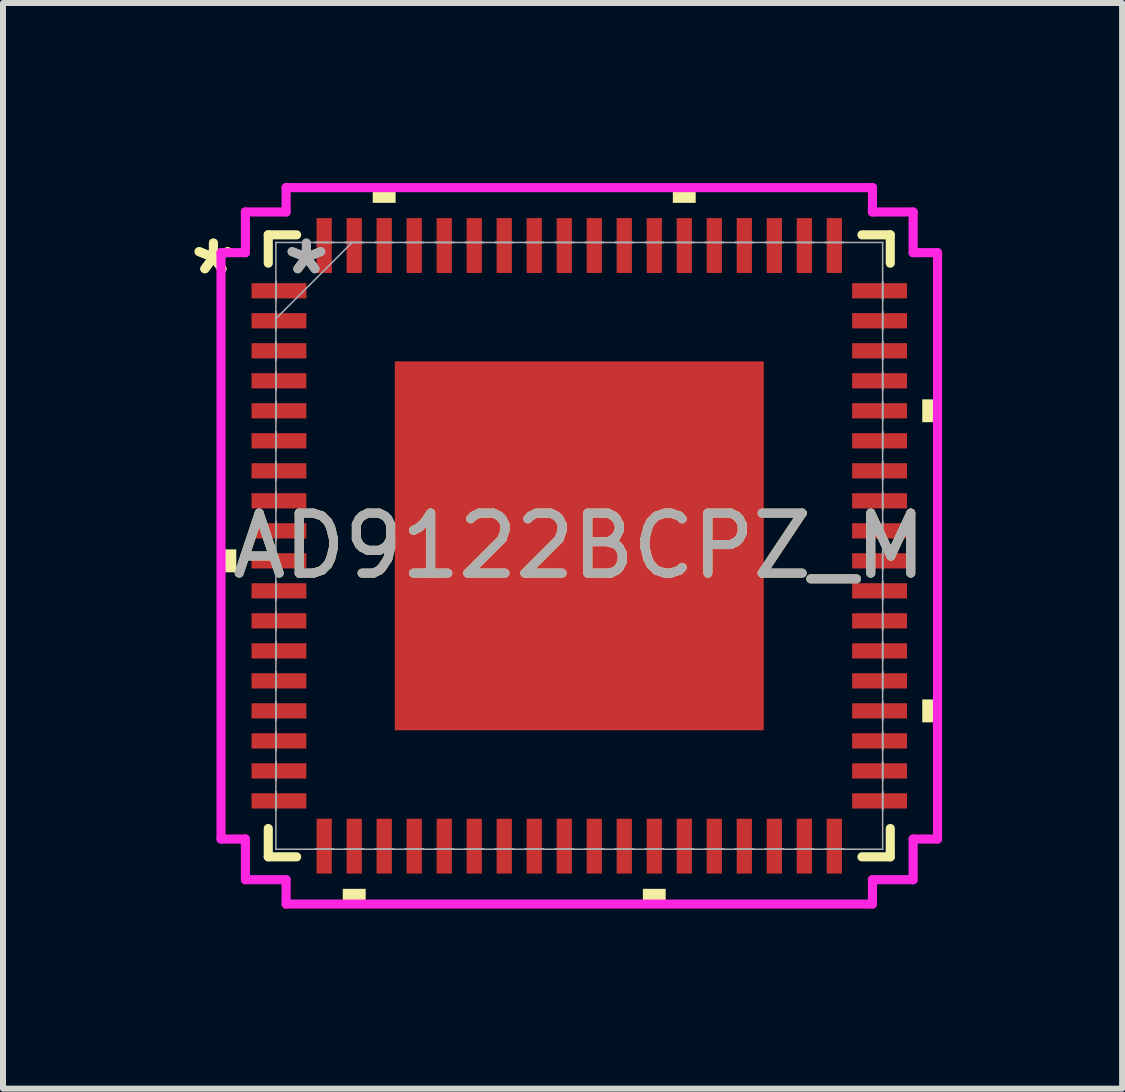
<source format=kicad_pcb>
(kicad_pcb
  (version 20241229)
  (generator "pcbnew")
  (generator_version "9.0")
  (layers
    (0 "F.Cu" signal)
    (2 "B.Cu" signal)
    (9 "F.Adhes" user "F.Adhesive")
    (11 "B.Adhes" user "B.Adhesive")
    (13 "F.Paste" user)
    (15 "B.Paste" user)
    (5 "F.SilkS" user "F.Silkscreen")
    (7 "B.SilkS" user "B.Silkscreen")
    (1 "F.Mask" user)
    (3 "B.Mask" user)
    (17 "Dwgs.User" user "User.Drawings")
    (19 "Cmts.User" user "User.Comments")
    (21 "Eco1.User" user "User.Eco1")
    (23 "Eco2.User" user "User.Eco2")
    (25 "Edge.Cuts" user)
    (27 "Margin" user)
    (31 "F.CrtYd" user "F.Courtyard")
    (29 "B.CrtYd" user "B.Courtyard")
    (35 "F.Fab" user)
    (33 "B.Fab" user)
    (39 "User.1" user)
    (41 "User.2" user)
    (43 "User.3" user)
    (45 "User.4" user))
  (footprint "AD9122BCPZ_M"
    (layer "F.Cu")
    (at 6.602 6.045)
    (property "Reference" "AD9122BCPZ_M" (at 0 0 0) (unlocked yes) (layer "F.SilkS") (effects (font (size 1 1) (thickness 0.15))))
    (attr smd)
    (fp_line (start -5.182 -5.182) (end -5.182 -4.71) (stroke (width 0.152) (type solid)) (layer "F.SilkS"))
    (fp_line (start -5.182 4.71) (end -5.182 5.182) (stroke (width 0.152) (type solid)) (layer "F.SilkS"))
    (fp_line (start -5.182 5.182) (end -4.71 5.182) (stroke (width 0.152) (type solid)) (layer "F.SilkS"))
    (fp_line (start -4.71 -5.182) (end -5.182 -5.182) (stroke (width 0.152) (type solid)) (layer "F.SilkS"))
    (fp_line (start 4.71 5.182) (end 5.182 5.182) (stroke (width 0.152) (type solid)) (layer "F.SilkS"))
    (fp_line (start 5.182 -5.182) (end 4.71 -5.182) (stroke (width 0.152) (type solid)) (layer "F.SilkS"))
    (fp_line (start 5.182 -4.71) (end 5.182 -5.182) (stroke (width 0.152) (type solid)) (layer "F.SilkS"))
    (fp_line (start 5.182 5.182) (end 5.182 4.71) (stroke (width 0.152) (type solid)) (layer "F.SilkS"))
    (fp_poly (pts (xy -5.969 0.059) (xy -5.969 0.441) (xy -5.715 0.441) (xy -5.715 0.059)) (stroke (width 0) (type solid)) (fill yes) (layer "F.SilkS"))
    (fp_poly (pts (xy -3.941 5.715) (xy -3.941 5.969) (xy -3.559 5.969) (xy -3.559 5.715)) (stroke (width 0) (type solid)) (fill yes) (layer "F.SilkS"))
    (fp_poly (pts (xy -3.441 -5.715) (xy -3.441 -5.969) (xy -3.06 -5.969) (xy -3.06 -5.715)) (stroke (width 0) (type solid)) (fill yes) (layer "F.SilkS"))
    (fp_poly (pts (xy 1.06 5.715) (xy 1.06 5.969) (xy 1.44 5.969) (xy 1.44 5.715)) (stroke (width 0) (type solid)) (fill yes) (layer "F.SilkS"))
    (fp_poly (pts (xy 1.559 -5.715) (xy 1.559 -5.969) (xy 1.94 -5.969) (xy 1.94 -5.715)) (stroke (width 0) (type solid)) (fill yes) (layer "F.SilkS"))
    (fp_poly (pts (xy 5.969 -2.441) (xy 5.969 -2.06) (xy 5.715 -2.06) (xy 5.715 -2.441)) (stroke (width 0) (type solid)) (fill yes) (layer "F.SilkS"))
    (fp_poly (pts (xy 5.969 2.559) (xy 5.969 2.941) (xy 5.715 2.941) (xy 5.715 2.559)) (stroke (width 0) (type solid)) (fill yes) (layer "F.SilkS"))
    (fp_poly (pts (xy -2.973 -2.973) (xy -2.973 -1.637) (xy -1.637 -1.637) (xy -1.637 -2.973)) (stroke (width 0) (type solid)) (fill yes) (layer "F.Paste"))
    (fp_poly (pts (xy -2.973 -1.437) (xy -2.973 -0.1) (xy -1.637 -0.1) (xy -1.637 -1.437)) (stroke (width 0) (type solid)) (fill yes) (layer "F.Paste"))
    (fp_poly (pts (xy -2.973 0.1) (xy -2.973 1.437) (xy -1.637 1.437) (xy -1.637 0.1)) (stroke (width 0) (type solid)) (fill yes) (layer "F.Paste"))
    (fp_poly (pts (xy -2.973 1.637) (xy -2.973 2.973) (xy -1.637 2.973) (xy -1.637 1.637)) (stroke (width 0) (type solid)) (fill yes) (layer "F.Paste"))
    (fp_poly (pts (xy -1.437 -2.973) (xy -1.437 -1.637) (xy -0.1 -1.637) (xy -0.1 -2.973)) (stroke (width 0) (type solid)) (fill yes) (layer "F.Paste"))
    (fp_poly (pts (xy -1.437 -1.437) (xy -1.437 -0.1) (xy -0.1 -0.1) (xy -0.1 -1.437)) (stroke (width 0) (type solid)) (fill yes) (layer "F.Paste"))
    (fp_poly (pts (xy -1.437 0.1) (xy -1.437 1.437) (xy -0.1 1.437) (xy -0.1 0.1)) (stroke (width 0) (type solid)) (fill yes) (layer "F.Paste"))
    (fp_poly (pts (xy -1.437 1.637) (xy -1.437 2.973) (xy -0.1 2.973) (xy -0.1 1.637)) (stroke (width 0) (type solid)) (fill yes) (layer "F.Paste"))
    (fp_poly (pts (xy 0.1 -2.973) (xy 0.1 -1.637) (xy 1.437 -1.637) (xy 1.437 -2.973)) (stroke (width 0) (type solid)) (fill yes) (layer "F.Paste"))
    (fp_poly (pts (xy 0.1 -1.437) (xy 0.1 -0.1) (xy 1.437 -0.1) (xy 1.437 -1.437)) (stroke (width 0) (type solid)) (fill yes) (layer "F.Paste"))
    (fp_poly (pts (xy 0.1 0.1) (xy 0.1 1.437) (xy 1.437 1.437) (xy 1.437 0.1)) (stroke (width 0) (type solid)) (fill yes) (layer "F.Paste"))
    (fp_poly (pts (xy 0.1 1.637) (xy 0.1 2.973) (xy 1.437 2.973) (xy 1.437 1.637)) (stroke (width 0) (type solid)) (fill yes) (layer "F.Paste"))
    (fp_poly (pts (xy 1.637 -2.973) (xy 1.637 -1.637) (xy 2.973 -1.637) (xy 2.973 -2.973)) (stroke (width 0) (type solid)) (fill yes) (layer "F.Paste"))
    (fp_poly (pts (xy 1.637 -1.437) (xy 1.637 -0.1) (xy 2.973 -0.1) (xy 2.973 -1.437)) (stroke (width 0) (type solid)) (fill yes) (layer "F.Paste"))
    (fp_poly (pts (xy 1.637 0.1) (xy 1.637 1.437) (xy 2.973 1.437) (xy 2.973 0.1)) (stroke (width 0) (type solid)) (fill yes) (layer "F.Paste"))
    (fp_poly (pts (xy 1.637 1.637) (xy 1.637 2.973) (xy 2.973 2.973) (xy 2.973 1.637)) (stroke (width 0) (type solid)) (fill yes) (layer "F.Paste"))
    (fp_line (start -5.969 -4.885) (end -5.563 -4.885) (stroke (width 0.152) (type solid)) (layer "F.CrtYd"))
    (fp_line (start -5.969 4.885) (end -5.969 -4.885) (stroke (width 0.152) (type solid)) (layer "F.CrtYd"))
    (fp_line (start -5.563 -5.563) (end -4.885 -5.563) (stroke (width 0.152) (type solid)) (layer "F.CrtYd"))
    (fp_line (start -5.563 -4.885) (end -5.563 -5.563) (stroke (width 0.152) (type solid)) (layer "F.CrtYd"))
    (fp_line (start -5.563 4.885) (end -5.969 4.885) (stroke (width 0.152) (type solid)) (layer "F.CrtYd"))
    (fp_line (start -5.563 5.563) (end -5.563 4.885) (stroke (width 0.152) (type solid)) (layer "F.CrtYd"))
    (fp_line (start -4.885 -5.969) (end 4.885 -5.969) (stroke (width 0.152) (type solid)) (layer "F.CrtYd"))
    (fp_line (start -4.885 -5.563) (end -4.885 -5.969) (stroke (width 0.152) (type solid)) (layer "F.CrtYd"))
    (fp_line (start -4.885 5.563) (end -5.563 5.563) (stroke (width 0.152) (type solid)) (layer "F.CrtYd"))
    (fp_line (start -4.885 5.969) (end -4.885 5.563) (stroke (width 0.152) (type solid)) (layer "F.CrtYd"))
    (fp_line (start 4.885 -5.969) (end 4.885 -5.563) (stroke (width 0.152) (type solid)) (layer "F.CrtYd"))
    (fp_line (start 4.885 -5.563) (end 5.563 -5.563) (stroke (width 0.152) (type solid)) (layer "F.CrtYd"))
    (fp_line (start 4.885 5.563) (end 4.885 5.969) (stroke (width 0.152) (type solid)) (layer "F.CrtYd"))
    (fp_line (start 4.885 5.969) (end -4.885 5.969) (stroke (width 0.152) (type solid)) (layer "F.CrtYd"))
    (fp_line (start 5.563 -5.563) (end 5.563 -4.885) (stroke (width 0.152) (type solid)) (layer "F.CrtYd"))
    (fp_line (start 5.563 -4.885) (end 5.969 -4.885) (stroke (width 0.152) (type solid)) (layer "F.CrtYd"))
    (fp_line (start 5.563 4.885) (end 5.563 5.563) (stroke (width 0.152) (type solid)) (layer "F.CrtYd"))
    (fp_line (start 5.563 5.563) (end 4.885 5.563) (stroke (width 0.152) (type solid)) (layer "F.CrtYd"))
    (fp_line (start 5.969 -4.885) (end 5.969 4.885) (stroke (width 0.152) (type solid)) (layer "F.CrtYd"))
    (fp_line (start 5.969 4.885) (end 5.563 4.885) (stroke (width 0.152) (type solid)) (layer "F.CrtYd"))
    (fp_line (start -5.055 -5.055) (end -5.055 -5.055) (stroke (width 0.025) (type solid)) (layer "F.Fab"))
    (fp_line (start -5.055 -5.055) (end -5.055 5.055) (stroke (width 0.025) (type solid)) (layer "F.Fab"))
    (fp_line (start -5.055 -4.402) (end -5.055 -4.402) (stroke (width 0.025) (type solid)) (layer "F.Fab"))
    (fp_line (start -5.055 -4.402) (end -5.055 -4.098) (stroke (width 0.025) (type solid)) (layer "F.Fab"))
    (fp_line (start -5.055 -4.098) (end -5.055 -4.402) (stroke (width 0.025) (type solid)) (layer "F.Fab"))
    (fp_line (start -5.055 -4.098) (end -5.055 -4.098) (stroke (width 0.025) (type solid)) (layer "F.Fab"))
    (fp_line (start -5.055 -3.902) (end -5.055 -3.902) (stroke (width 0.025) (type solid)) (layer "F.Fab"))
    (fp_line (start -5.055 -3.902) (end -5.055 -3.598) (stroke (width 0.025) (type solid)) (layer "F.Fab"))
    (fp_line (start -5.055 -3.785) (end -3.785 -5.055) (stroke (width 0.025) (type solid)) (layer "F.Fab"))
    (fp_line (start -5.055 -3.598) (end -5.055 -3.902) (stroke (width 0.025) (type solid)) (layer "F.Fab"))
    (fp_line (start -5.055 -3.598) (end -5.055 -3.598) (stroke (width 0.025) (type solid)) (layer "F.Fab"))
    (fp_line (start -5.055 -3.402) (end -5.055 -3.402) (stroke (width 0.025) (type solid)) (layer "F.Fab"))
    (fp_line (start -5.055 -3.402) (end -5.055 -3.098) (stroke (width 0.025) (type solid)) (layer "F.Fab"))
    (fp_line (start -5.055 -3.098) (end -5.055 -3.402) (stroke (width 0.025) (type solid)) (layer "F.Fab"))
    (fp_line (start -5.055 -3.098) (end -5.055 -3.098) (stroke (width 0.025) (type solid)) (layer "F.Fab"))
    (fp_line (start -5.055 -2.902) (end -5.055 -2.902) (stroke (width 0.025) (type solid)) (layer "F.Fab"))
    (fp_line (start -5.055 -2.902) (end -5.055 -2.598) (stroke (width 0.025) (type solid)) (layer "F.Fab"))
    (fp_line (start -5.055 -2.598) (end -5.055 -2.902) (stroke (width 0.025) (type solid)) (layer "F.Fab"))
    (fp_line (start -5.055 -2.598) (end -5.055 -2.598) (stroke (width 0.025) (type solid)) (layer "F.Fab"))
    (fp_line (start -5.055 -2.402) (end -5.055 -2.402) (stroke (width 0.025) (type solid)) (layer "F.Fab"))
    (fp_line (start -5.055 -2.402) (end -5.055 -2.098) (stroke (width 0.025) (type solid)) (layer "F.Fab"))
    (fp_line (start -5.055 -2.098) (end -5.055 -2.402) (stroke (width 0.025) (type solid)) (layer "F.Fab"))
    (fp_line (start -5.055 -2.098) (end -5.055 -2.098) (stroke (width 0.025) (type solid)) (layer "F.Fab"))
    (fp_line (start -5.055 -1.902) (end -5.055 -1.902) (stroke (width 0.025) (type solid)) (layer "F.Fab"))
    (fp_line (start -5.055 -1.902) (end -5.055 -1.598) (stroke (width 0.025) (type solid)) (layer "F.Fab"))
    (fp_line (start -5.055 -1.598) (end -5.055 -1.902) (stroke (width 0.025) (type solid)) (layer "F.Fab"))
    (fp_line (start -5.055 -1.598) (end -5.055 -1.598) (stroke (width 0.025) (type solid)) (layer "F.Fab"))
    (fp_line (start -5.055 -1.402) (end -5.055 -1.402) (stroke (width 0.025) (type solid)) (layer "F.Fab"))
    (fp_line (start -5.055 -1.402) (end -5.055 -1.098) (stroke (width 0.025) (type solid)) (layer "F.Fab"))
    (fp_line (start -5.055 -1.098) (end -5.055 -1.402) (stroke (width 0.025) (type solid)) (layer "F.Fab"))
    (fp_line (start -5.055 -1.098) (end -5.055 -1.098) (stroke (width 0.025) (type solid)) (layer "F.Fab"))
    (fp_line (start -5.055 -0.902) (end -5.055 -0.902) (stroke (width 0.025) (type solid)) (layer "F.Fab"))
    (fp_line (start -5.055 -0.902) (end -5.055 -0.598) (stroke (width 0.025) (type solid)) (layer "F.Fab"))
    (fp_line (start -5.055 -0.598) (end -5.055 -0.902) (stroke (width 0.025) (type solid)) (layer "F.Fab"))
    (fp_line (start -5.055 -0.598) (end -5.055 -0.598) (stroke (width 0.025) (type solid)) (layer "F.Fab"))
    (fp_line (start -5.055 -0.402) (end -5.055 -0.402) (stroke (width 0.025) (type solid)) (layer "F.Fab"))
    (fp_line (start -5.055 -0.402) (end -5.055 -0.098) (stroke (width 0.025) (type solid)) (layer "F.Fab"))
    (fp_line (start -5.055 -0.098) (end -5.055 -0.402) (stroke (width 0.025) (type solid)) (layer "F.Fab"))
    (fp_line (start -5.055 -0.098) (end -5.055 -0.098) (stroke (width 0.025) (type solid)) (layer "F.Fab"))
    (fp_line (start -5.055 0.098) (end -5.055 0.098) (stroke (width 0.025) (type solid)) (layer "F.Fab"))
    (fp_line (start -5.055 0.098) (end -5.055 0.402) (stroke (width 0.025) (type solid)) (layer "F.Fab"))
    (fp_line (start -5.055 0.402) (end -5.055 0.098) (stroke (width 0.025) (type solid)) (layer "F.Fab"))
    (fp_line (start -5.055 0.402) (end -5.055 0.402) (stroke (width 0.025) (type solid)) (layer "F.Fab"))
    (fp_line (start -5.055 0.598) (end -5.055 0.598) (stroke (width 0.025) (type solid)) (layer "F.Fab"))
    (fp_line (start -5.055 0.598) (end -5.055 0.902) (stroke (width 0.025) (type solid)) (layer "F.Fab"))
    (fp_line (start -5.055 0.902) (end -5.055 0.598) (stroke (width 0.025) (type solid)) (layer "F.Fab"))
    (fp_line (start -5.055 0.902) (end -5.055 0.902) (stroke (width 0.025) (type solid)) (layer "F.Fab"))
    (fp_line (start -5.055 1.098) (end -5.055 1.098) (stroke (width 0.025) (type solid)) (layer "F.Fab"))
    (fp_line (start -5.055 1.098) (end -5.055 1.402) (stroke (width 0.025) (type solid)) (layer "F.Fab"))
    (fp_line (start -5.055 1.402) (end -5.055 1.098) (stroke (width 0.025) (type solid)) (layer "F.Fab"))
    (fp_line (start -5.055 1.402) (end -5.055 1.402) (stroke (width 0.025) (type solid)) (layer "F.Fab"))
    (fp_line (start -5.055 1.598) (end -5.055 1.598) (stroke (width 0.025) (type solid)) (layer "F.Fab"))
    (fp_line (start -5.055 1.598) (end -5.055 1.902) (stroke (width 0.025) (type solid)) (layer "F.Fab"))
    (fp_line (start -5.055 1.902) (end -5.055 1.598) (stroke (width 0.025) (type solid)) (layer "F.Fab"))
    (fp_line (start -5.055 1.902) (end -5.055 1.902) (stroke (width 0.025) (type solid)) (layer "F.Fab"))
    (fp_line (start -5.055 2.098) (end -5.055 2.098) (stroke (width 0.025) (type solid)) (layer "F.Fab"))
    (fp_line (start -5.055 2.098) (end -5.055 2.402) (stroke (width 0.025) (type solid)) (layer "F.Fab"))
    (fp_line (start -5.055 2.402) (end -5.055 2.098) (stroke (width 0.025) (type solid)) (layer "F.Fab"))
    (fp_line (start -5.055 2.402) (end -5.055 2.402) (stroke (width 0.025) (type solid)) (layer "F.Fab"))
    (fp_line (start -5.055 2.598) (end -5.055 2.598) (stroke (width 0.025) (type solid)) (layer "F.Fab"))
    (fp_line (start -5.055 2.598) (end -5.055 2.902) (stroke (width 0.025) (type solid)) (layer "F.Fab"))
    (fp_line (start -5.055 2.902) (end -5.055 2.598) (stroke (width 0.025) (type solid)) (layer "F.Fab"))
    (fp_line (start -5.055 2.902) (end -5.055 2.902) (stroke (width 0.025) (type solid)) (layer "F.Fab"))
    (fp_line (start -5.055 3.098) (end -5.055 3.098) (stroke (width 0.025) (type solid)) (layer "F.Fab"))
    (fp_line (start -5.055 3.098) (end -5.055 3.402) (stroke (width 0.025) (type solid)) (layer "F.Fab"))
    (fp_line (start -5.055 3.402) (end -5.055 3.098) (stroke (width 0.025) (type solid)) (layer "F.Fab"))
    (fp_line (start -5.055 3.402) (end -5.055 3.402) (stroke (width 0.025) (type solid)) (layer "F.Fab"))
    (fp_line (start -5.055 3.598) (end -5.055 3.598) (stroke (width 0.025) (type solid)) (layer "F.Fab"))
    (fp_line (start -5.055 3.598) (end -5.055 3.902) (stroke (width 0.025) (type solid)) (layer "F.Fab"))
    (fp_line (start -5.055 3.902) (end -5.055 3.598) (stroke (width 0.025) (type solid)) (layer "F.Fab"))
    (fp_line (start -5.055 3.902) (end -5.055 3.902) (stroke (width 0.025) (type solid)) (layer "F.Fab"))
    (fp_line (start -5.055 4.098) (end -5.055 4.098) (stroke (width 0.025) (type solid)) (layer "F.Fab"))
    (fp_line (start -5.055 4.098) (end -5.055 4.402) (stroke (width 0.025) (type solid)) (layer "F.Fab"))
    (fp_line (start -5.055 4.402) (end -5.055 4.098) (stroke (width 0.025) (type solid)) (layer "F.Fab"))
    (fp_line (start -5.055 4.402) (end -5.055 4.402) (stroke (width 0.025) (type solid)) (layer "F.Fab"))
    (fp_line (start -5.055 5.055) (end -5.055 5.055) (stroke (width 0.025) (type solid)) (layer "F.Fab"))
    (fp_line (start -5.055 5.055) (end 5.055 5.055) (stroke (width 0.025) (type solid)) (layer "F.Fab"))
    (fp_line (start -4.402 -5.055) (end -4.402 -5.055) (stroke (width 0.025) (type solid)) (layer "F.Fab"))
    (fp_line (start -4.402 -5.055) (end -4.098 -5.055) (stroke (width 0.025) (type solid)) (layer "F.Fab"))
    (fp_line (start -4.402 5.055) (end -4.402 5.055) (stroke (width 0.025) (type solid)) (layer "F.Fab"))
    (fp_line (start -4.402 5.055) (end -4.098 5.055) (stroke (width 0.025) (type solid)) (layer "F.Fab"))
    (fp_line (start -4.098 -5.055) (end -4.402 -5.055) (stroke (width 0.025) (type solid)) (layer "F.Fab"))
    (fp_line (start -4.098 -5.055) (end -4.098 -5.055) (stroke (width 0.025) (type solid)) (layer "F.Fab"))
    (fp_line (start -4.098 5.055) (end -4.402 5.055) (stroke (width 0.025) (type solid)) (layer "F.Fab"))
    (fp_line (start -4.098 5.055) (end -4.098 5.055) (stroke (width 0.025) (type solid)) (layer "F.Fab"))
    (fp_line (start -3.902 -5.055) (end -3.902 -5.055) (stroke (width 0.025) (type solid)) (layer "F.Fab"))
    (fp_line (start -3.902 -5.055) (end -3.598 -5.055) (stroke (width 0.025) (type solid)) (layer "F.Fab"))
    (fp_line (start -3.902 5.055) (end -3.902 5.055) (stroke (width 0.025) (type solid)) (layer "F.Fab"))
    (fp_line (start -3.902 5.055) (end -3.598 5.055) (stroke (width 0.025) (type solid)) (layer "F.Fab"))
    (fp_line (start -3.598 -5.055) (end -3.902 -5.055) (stroke (width 0.025) (type solid)) (layer "F.Fab"))
    (fp_line (start -3.598 -5.055) (end -3.598 -5.055) (stroke (width 0.025) (type solid)) (layer "F.Fab"))
    (fp_line (start -3.598 5.055) (end -3.902 5.055) (stroke (width 0.025) (type solid)) (layer "F.Fab"))
    (fp_line (start -3.598 5.055) (end -3.598 5.055) (stroke (width 0.025) (type solid)) (layer "F.Fab"))
    (fp_line (start -3.402 -5.055) (end -3.402 -5.055) (stroke (width 0.025) (type solid)) (layer "F.Fab"))
    (fp_line (start -3.402 -5.055) (end -3.098 -5.055) (stroke (width 0.025) (type solid)) (layer "F.Fab"))
    (fp_line (start -3.402 5.055) (end -3.402 5.055) (stroke (width 0.025) (type solid)) (layer "F.Fab"))
    (fp_line (start -3.402 5.055) (end -3.098 5.055) (stroke (width 0.025) (type solid)) (layer "F.Fab"))
    (fp_line (start -3.098 -5.055) (end -3.402 -5.055) (stroke (width 0.025) (type solid)) (layer "F.Fab"))
    (fp_line (start -3.098 -5.055) (end -3.098 -5.055) (stroke (width 0.025) (type solid)) (layer "F.Fab"))
    (fp_line (start -3.098 5.055) (end -3.402 5.055) (stroke (width 0.025) (type solid)) (layer "F.Fab"))
    (fp_line (start -3.098 5.055) (end -3.098 5.055) (stroke (width 0.025) (type solid)) (layer "F.Fab"))
    (fp_line (start -2.902 -5.055) (end -2.902 -5.055) (stroke (width 0.025) (type solid)) (layer "F.Fab"))
    (fp_line (start -2.902 -5.055) (end -2.598 -5.055) (stroke (width 0.025) (type solid)) (layer "F.Fab"))
    (fp_line (start -2.902 5.055) (end -2.902 5.055) (stroke (width 0.025) (type solid)) (layer "F.Fab"))
    (fp_line (start -2.902 5.055) (end -2.598 5.055) (stroke (width 0.025) (type solid)) (layer "F.Fab"))
    (fp_line (start -2.598 -5.055) (end -2.902 -5.055) (stroke (width 0.025) (type solid)) (layer "F.Fab"))
    (fp_line (start -2.598 -5.055) (end -2.598 -5.055) (stroke (width 0.025) (type solid)) (layer "F.Fab"))
    (fp_line (start -2.598 5.055) (end -2.902 5.055) (stroke (width 0.025) (type solid)) (layer "F.Fab"))
    (fp_line (start -2.598 5.055) (end -2.598 5.055) (stroke (width 0.025) (type solid)) (layer "F.Fab"))
    (fp_line (start -2.402 -5.055) (end -2.402 -5.055) (stroke (width 0.025) (type solid)) (layer "F.Fab"))
    (fp_line (start -2.402 -5.055) (end -2.098 -5.055) (stroke (width 0.025) (type solid)) (layer "F.Fab"))
    (fp_line (start -2.402 5.055) (end -2.402 5.055) (stroke (width 0.025) (type solid)) (layer "F.Fab"))
    (fp_line (start -2.402 5.055) (end -2.098 5.055) (stroke (width 0.025) (type solid)) (layer "F.Fab"))
    (fp_line (start -2.098 -5.055) (end -2.402 -5.055) (stroke (width 0.025) (type solid)) (layer "F.Fab"))
    (fp_line (start -2.098 -5.055) (end -2.098 -5.055) (stroke (width 0.025) (type solid)) (layer "F.Fab"))
    (fp_line (start -2.098 5.055) (end -2.402 5.055) (stroke (width 0.025) (type solid)) (layer "F.Fab"))
    (fp_line (start -2.098 5.055) (end -2.098 5.055) (stroke (width 0.025) (type solid)) (layer "F.Fab"))
    (fp_line (start -1.902 -5.055) (end -1.902 -5.055) (stroke (width 0.025) (type solid)) (layer "F.Fab"))
    (fp_line (start -1.902 -5.055) (end -1.598 -5.055) (stroke (width 0.025) (type solid)) (layer "F.Fab"))
    (fp_line (start -1.902 5.055) (end -1.902 5.055) (stroke (width 0.025) (type solid)) (layer "F.Fab"))
    (fp_line (start -1.902 5.055) (end -1.598 5.055) (stroke (width 0.025) (type solid)) (layer "F.Fab"))
    (fp_line (start -1.598 -5.055) (end -1.902 -5.055) (stroke (width 0.025) (type solid)) (layer "F.Fab"))
    (fp_line (start -1.598 -5.055) (end -1.598 -5.055) (stroke (width 0.025) (type solid)) (layer "F.Fab"))
    (fp_line (start -1.598 5.055) (end -1.902 5.055) (stroke (width 0.025) (type solid)) (layer "F.Fab"))
    (fp_line (start -1.598 5.055) (end -1.598 5.055) (stroke (width 0.025) (type solid)) (layer "F.Fab"))
    (fp_line (start -1.402 -5.055) (end -1.402 -5.055) (stroke (width 0.025) (type solid)) (layer "F.Fab"))
    (fp_line (start -1.402 -5.055) (end -1.098 -5.055) (stroke (width 0.025) (type solid)) (layer "F.Fab"))
    (fp_line (start -1.402 5.055) (end -1.402 5.055) (stroke (width 0.025) (type solid)) (layer "F.Fab"))
    (fp_line (start -1.402 5.055) (end -1.098 5.055) (stroke (width 0.025) (type solid)) (layer "F.Fab"))
    (fp_line (start -1.098 -5.055) (end -1.402 -5.055) (stroke (width 0.025) (type solid)) (layer "F.Fab"))
    (fp_line (start -1.098 -5.055) (end -1.098 -5.055) (stroke (width 0.025) (type solid)) (layer "F.Fab"))
    (fp_line (start -1.098 5.055) (end -1.402 5.055) (stroke (width 0.025) (type solid)) (layer "F.Fab"))
    (fp_line (start -1.098 5.055) (end -1.098 5.055) (stroke (width 0.025) (type solid)) (layer "F.Fab"))
    (fp_line (start -0.902 -5.055) (end -0.902 -5.055) (stroke (width 0.025) (type solid)) (layer "F.Fab"))
    (fp_line (start -0.902 -5.055) (end -0.598 -5.055) (stroke (width 0.025) (type solid)) (layer "F.Fab"))
    (fp_line (start -0.902 5.055) (end -0.902 5.055) (stroke (width 0.025) (type solid)) (layer "F.Fab"))
    (fp_line (start -0.902 5.055) (end -0.598 5.055) (stroke (width 0.025) (type solid)) (layer "F.Fab"))
    (fp_line (start -0.598 -5.055) (end -0.902 -5.055) (stroke (width 0.025) (type solid)) (layer "F.Fab"))
    (fp_line (start -0.598 -5.055) (end -0.598 -5.055) (stroke (width 0.025) (type solid)) (layer "F.Fab"))
    (fp_line (start -0.598 5.055) (end -0.902 5.055) (stroke (width 0.025) (type solid)) (layer "F.Fab"))
    (fp_line (start -0.598 5.055) (end -0.598 5.055) (stroke (width 0.025) (type solid)) (layer "F.Fab"))
    (fp_line (start -0.402 -5.055) (end -0.402 -5.055) (stroke (width 0.025) (type solid)) (layer "F.Fab"))
    (fp_line (start -0.402 -5.055) (end -0.098 -5.055) (stroke (width 0.025) (type solid)) (layer "F.Fab"))
    (fp_line (start -0.402 5.055) (end -0.402 5.055) (stroke (width 0.025) (type solid)) (layer "F.Fab"))
    (fp_line (start -0.402 5.055) (end -0.098 5.055) (stroke (width 0.025) (type solid)) (layer "F.Fab"))
    (fp_line (start -0.098 -5.055) (end -0.402 -5.055) (stroke (width 0.025) (type solid)) (layer "F.Fab"))
    (fp_line (start -0.098 -5.055) (end -0.098 -5.055) (stroke (width 0.025) (type solid)) (layer "F.Fab"))
    (fp_line (start -0.098 5.055) (end -0.402 5.055) (stroke (width 0.025) (type solid)) (layer "F.Fab"))
    (fp_line (start -0.098 5.055) (end -0.098 5.055) (stroke (width 0.025) (type solid)) (layer "F.Fab"))
    (fp_line (start 0.098 -5.055) (end 0.098 -5.055) (stroke (width 0.025) (type solid)) (layer "F.Fab"))
    (fp_line (start 0.098 -5.055) (end 0.402 -5.055) (stroke (width 0.025) (type solid)) (layer "F.Fab"))
    (fp_line (start 0.098 5.055) (end 0.098 5.055) (stroke (width 0.025) (type solid)) (layer "F.Fab"))
    (fp_line (start 0.098 5.055) (end 0.402 5.055) (stroke (width 0.025) (type solid)) (layer "F.Fab"))
    (fp_line (start 0.402 -5.055) (end 0.098 -5.055) (stroke (width 0.025) (type solid)) (layer "F.Fab"))
    (fp_line (start 0.402 -5.055) (end 0.402 -5.055) (stroke (width 0.025) (type solid)) (layer "F.Fab"))
    (fp_line (start 0.402 5.055) (end 0.098 5.055) (stroke (width 0.025) (type solid)) (layer "F.Fab"))
    (fp_line (start 0.402 5.055) (end 0.402 5.055) (stroke (width 0.025) (type solid)) (layer "F.Fab"))
    (fp_line (start 0.598 -5.055) (end 0.598 -5.055) (stroke (width 0.025) (type solid)) (layer "F.Fab"))
    (fp_line (start 0.598 -5.055) (end 0.902 -5.055) (stroke (width 0.025) (type solid)) (layer "F.Fab"))
    (fp_line (start 0.598 5.055) (end 0.598 5.055) (stroke (width 0.025) (type solid)) (layer "F.Fab"))
    (fp_line (start 0.598 5.055) (end 0.902 5.055) (stroke (width 0.025) (type solid)) (layer "F.Fab"))
    (fp_line (start 0.902 -5.055) (end 0.598 -5.055) (stroke (width 0.025) (type solid)) (layer "F.Fab"))
    (fp_line (start 0.902 -5.055) (end 0.902 -5.055) (stroke (width 0.025) (type solid)) (layer "F.Fab"))
    (fp_line (start 0.902 5.055) (end 0.598 5.055) (stroke (width 0.025) (type solid)) (layer "F.Fab"))
    (fp_line (start 0.902 5.055) (end 0.902 5.055) (stroke (width 0.025) (type solid)) (layer "F.Fab"))
    (fp_line (start 1.098 -5.055) (end 1.098 -5.055) (stroke (width 0.025) (type solid)) (layer "F.Fab"))
    (fp_line (start 1.098 -5.055) (end 1.402 -5.055) (stroke (width 0.025) (type solid)) (layer "F.Fab"))
    (fp_line (start 1.098 5.055) (end 1.098 5.055) (stroke (width 0.025) (type solid)) (layer "F.Fab"))
    (fp_line (start 1.098 5.055) (end 1.402 5.055) (stroke (width 0.025) (type solid)) (layer "F.Fab"))
    (fp_line (start 1.402 -5.055) (end 1.098 -5.055) (stroke (width 0.025) (type solid)) (layer "F.Fab"))
    (fp_line (start 1.402 -5.055) (end 1.402 -5.055) (stroke (width 0.025) (type solid)) (layer "F.Fab"))
    (fp_line (start 1.402 5.055) (end 1.098 5.055) (stroke (width 0.025) (type solid)) (layer "F.Fab"))
    (fp_line (start 1.402 5.055) (end 1.402 5.055) (stroke (width 0.025) (type solid)) (layer "F.Fab"))
    (fp_line (start 1.598 -5.055) (end 1.598 -5.055) (stroke (width 0.025) (type solid)) (layer "F.Fab"))
    (fp_line (start 1.598 -5.055) (end 1.902 -5.055) (stroke (width 0.025) (type solid)) (layer "F.Fab"))
    (fp_line (start 1.598 5.055) (end 1.598 5.055) (stroke (width 0.025) (type solid)) (layer "F.Fab"))
    (fp_line (start 1.598 5.055) (end 1.902 5.055) (stroke (width 0.025) (type solid)) (layer "F.Fab"))
    (fp_line (start 1.902 -5.055) (end 1.598 -5.055) (stroke (width 0.025) (type solid)) (layer "F.Fab"))
    (fp_line (start 1.902 -5.055) (end 1.902 -5.055) (stroke (width 0.025) (type solid)) (layer "F.Fab"))
    (fp_line (start 1.902 5.055) (end 1.598 5.055) (stroke (width 0.025) (type solid)) (layer "F.Fab"))
    (fp_line (start 1.902 5.055) (end 1.902 5.055) (stroke (width 0.025) (type solid)) (layer "F.Fab"))
    (fp_line (start 2.098 -5.055) (end 2.098 -5.055) (stroke (width 0.025) (type solid)) (layer "F.Fab"))
    (fp_line (start 2.098 -5.055) (end 2.402 -5.055) (stroke (width 0.025) (type solid)) (layer "F.Fab"))
    (fp_line (start 2.098 5.055) (end 2.098 5.055) (stroke (width 0.025) (type solid)) (layer "F.Fab"))
    (fp_line (start 2.098 5.055) (end 2.402 5.055) (stroke (width 0.025) (type solid)) (layer "F.Fab"))
    (fp_line (start 2.402 -5.055) (end 2.098 -5.055) (stroke (width 0.025) (type solid)) (layer "F.Fab"))
    (fp_line (start 2.402 -5.055) (end 2.402 -5.055) (stroke (width 0.025) (type solid)) (layer "F.Fab"))
    (fp_line (start 2.402 5.055) (end 2.098 5.055) (stroke (width 0.025) (type solid)) (layer "F.Fab"))
    (fp_line (start 2.402 5.055) (end 2.402 5.055) (stroke (width 0.025) (type solid)) (layer "F.Fab"))
    (fp_line (start 2.598 -5.055) (end 2.598 -5.055) (stroke (width 0.025) (type solid)) (layer "F.Fab"))
    (fp_line (start 2.598 -5.055) (end 2.902 -5.055) (stroke (width 0.025) (type solid)) (layer "F.Fab"))
    (fp_line (start 2.598 5.055) (end 2.598 5.055) (stroke (width 0.025) (type solid)) (layer "F.Fab"))
    (fp_line (start 2.598 5.055) (end 2.902 5.055) (stroke (width 0.025) (type solid)) (layer "F.Fab"))
    (fp_line (start 2.902 -5.055) (end 2.598 -5.055) (stroke (width 0.025) (type solid)) (layer "F.Fab"))
    (fp_line (start 2.902 -5.055) (end 2.902 -5.055) (stroke (width 0.025) (type solid)) (layer "F.Fab"))
    (fp_line (start 2.902 5.055) (end 2.598 5.055) (stroke (width 0.025) (type solid)) (layer "F.Fab"))
    (fp_line (start 2.902 5.055) (end 2.902 5.055) (stroke (width 0.025) (type solid)) (layer "F.Fab"))
    (fp_line (start 3.098 -5.055) (end 3.098 -5.055) (stroke (width 0.025) (type solid)) (layer "F.Fab"))
    (fp_line (start 3.098 -5.055) (end 3.402 -5.055) (stroke (width 0.025) (type solid)) (layer "F.Fab"))
    (fp_line (start 3.098 5.055) (end 3.098 5.055) (stroke (width 0.025) (type solid)) (layer "F.Fab"))
    (fp_line (start 3.098 5.055) (end 3.402 5.055) (stroke (width 0.025) (type solid)) (layer "F.Fab"))
    (fp_line (start 3.402 -5.055) (end 3.098 -5.055) (stroke (width 0.025) (type solid)) (layer "F.Fab"))
    (fp_line (start 3.402 -5.055) (end 3.402 -5.055) (stroke (width 0.025) (type solid)) (layer "F.Fab"))
    (fp_line (start 3.402 5.055) (end 3.098 5.055) (stroke (width 0.025) (type solid)) (layer "F.Fab"))
    (fp_line (start 3.402 5.055) (end 3.402 5.055) (stroke (width 0.025) (type solid)) (layer "F.Fab"))
    (fp_line (start 3.598 -5.055) (end 3.598 -5.055) (stroke (width 0.025) (type solid)) (layer "F.Fab"))
    (fp_line (start 3.598 -5.055) (end 3.902 -5.055) (stroke (width 0.025) (type solid)) (layer "F.Fab"))
    (fp_line (start 3.598 5.055) (end 3.598 5.055) (stroke (width 0.025) (type solid)) (layer "F.Fab"))
    (fp_line (start 3.598 5.055) (end 3.902 5.055) (stroke (width 0.025) (type solid)) (layer "F.Fab"))
    (fp_line (start 3.902 -5.055) (end 3.598 -5.055) (stroke (width 0.025) (type solid)) (layer "F.Fab"))
    (fp_line (start 3.902 -5.055) (end 3.902 -5.055) (stroke (width 0.025) (type solid)) (layer "F.Fab"))
    (fp_line (start 3.902 5.055) (end 3.598 5.055) (stroke (width 0.025) (type solid)) (layer "F.Fab"))
    (fp_line (start 3.902 5.055) (end 3.902 5.055) (stroke (width 0.025) (type solid)) (layer "F.Fab"))
    (fp_line (start 4.098 -5.055) (end 4.098 -5.055) (stroke (width 0.025) (type solid)) (layer "F.Fab"))
    (fp_line (start 4.098 -5.055) (end 4.402 -5.055) (stroke (width 0.025) (type solid)) (layer "F.Fab"))
    (fp_line (start 4.098 5.055) (end 4.098 5.055) (stroke (width 0.025) (type solid)) (layer "F.Fab"))
    (fp_line (start 4.098 5.055) (end 4.402 5.055) (stroke (width 0.025) (type solid)) (layer "F.Fab"))
    (fp_line (start 4.402 -5.055) (end 4.098 -5.055) (stroke (width 0.025) (type solid)) (layer "F.Fab"))
    (fp_line (start 4.402 -5.055) (end 4.402 -5.055) (stroke (width 0.025) (type solid)) (layer "F.Fab"))
    (fp_line (start 4.402 5.055) (end 4.098 5.055) (stroke (width 0.025) (type solid)) (layer "F.Fab"))
    (fp_line (start 4.402 5.055) (end 4.402 5.055) (stroke (width 0.025) (type solid)) (layer "F.Fab"))
    (fp_line (start 5.055 -5.055) (end -5.055 -5.055) (stroke (width 0.025) (type solid)) (layer "F.Fab"))
    (fp_line (start 5.055 -5.055) (end 5.055 -5.055) (stroke (width 0.025) (type solid)) (layer "F.Fab"))
    (fp_line (start 5.055 -4.402) (end 5.055 -4.402) (stroke (width 0.025) (type solid)) (layer "F.Fab"))
    (fp_line (start 5.055 -4.402) (end 5.055 -4.098) (stroke (width 0.025) (type solid)) (layer "F.Fab"))
    (fp_line (start 5.055 -4.098) (end 5.055 -4.402) (stroke (width 0.025) (type solid)) (layer "F.Fab"))
    (fp_line (start 5.055 -4.098) (end 5.055 -4.098) (stroke (width 0.025) (type solid)) (layer "F.Fab"))
    (fp_line (start 5.055 -3.902) (end 5.055 -3.902) (stroke (width 0.025) (type solid)) (layer "F.Fab"))
    (fp_line (start 5.055 -3.902) (end 5.055 -3.598) (stroke (width 0.025) (type solid)) (layer "F.Fab"))
    (fp_line (start 5.055 -3.598) (end 5.055 -3.902) (stroke (width 0.025) (type solid)) (layer "F.Fab"))
    (fp_line (start 5.055 -3.598) (end 5.055 -3.598) (stroke (width 0.025) (type solid)) (layer "F.Fab"))
    (fp_line (start 5.055 -3.402) (end 5.055 -3.402) (stroke (width 0.025) (type solid)) (layer "F.Fab"))
    (fp_line (start 5.055 -3.402) (end 5.055 -3.098) (stroke (width 0.025) (type solid)) (layer "F.Fab"))
    (fp_line (start 5.055 -3.098) (end 5.055 -3.402) (stroke (width 0.025) (type solid)) (layer "F.Fab"))
    (fp_line (start 5.055 -3.098) (end 5.055 -3.098) (stroke (width 0.025) (type solid)) (layer "F.Fab"))
    (fp_line (start 5.055 -2.902) (end 5.055 -2.902) (stroke (width 0.025) (type solid)) (layer "F.Fab"))
    (fp_line (start 5.055 -2.902) (end 5.055 -2.598) (stroke (width 0.025) (type solid)) (layer "F.Fab"))
    (fp_line (start 5.055 -2.598) (end 5.055 -2.902) (stroke (width 0.025) (type solid)) (layer "F.Fab"))
    (fp_line (start 5.055 -2.598) (end 5.055 -2.598) (stroke (width 0.025) (type solid)) (layer "F.Fab"))
    (fp_line (start 5.055 -2.402) (end 5.055 -2.402) (stroke (width 0.025) (type solid)) (layer "F.Fab"))
    (fp_line (start 5.055 -2.402) (end 5.055 -2.098) (stroke (width 0.025) (type solid)) (layer "F.Fab"))
    (fp_line (start 5.055 -2.098) (end 5.055 -2.402) (stroke (width 0.025) (type solid)) (layer "F.Fab"))
    (fp_line (start 5.055 -2.098) (end 5.055 -2.098) (stroke (width 0.025) (type solid)) (layer "F.Fab"))
    (fp_line (start 5.055 -1.902) (end 5.055 -1.902) (stroke (width 0.025) (type solid)) (layer "F.Fab"))
    (fp_line (start 5.055 -1.902) (end 5.055 -1.598) (stroke (width 0.025) (type solid)) (layer "F.Fab"))
    (fp_line (start 5.055 -1.598) (end 5.055 -1.902) (stroke (width 0.025) (type solid)) (layer "F.Fab"))
    (fp_line (start 5.055 -1.598) (end 5.055 -1.598) (stroke (width 0.025) (type solid)) (layer "F.Fab"))
    (fp_line (start 5.055 -1.402) (end 5.055 -1.402) (stroke (width 0.025) (type solid)) (layer "F.Fab"))
    (fp_line (start 5.055 -1.402) (end 5.055 -1.098) (stroke (width 0.025) (type solid)) (layer "F.Fab"))
    (fp_line (start 5.055 -1.098) (end 5.055 -1.402) (stroke (width 0.025) (type solid)) (layer "F.Fab"))
    (fp_line (start 5.055 -1.098) (end 5.055 -1.098) (stroke (width 0.025) (type solid)) (layer "F.Fab"))
    (fp_line (start 5.055 -0.902) (end 5.055 -0.902) (stroke (width 0.025) (type solid)) (layer "F.Fab"))
    (fp_line (start 5.055 -0.902) (end 5.055 -0.598) (stroke (width 0.025) (type solid)) (layer "F.Fab"))
    (fp_line (start 5.055 -0.598) (end 5.055 -0.902) (stroke (width 0.025) (type solid)) (layer "F.Fab"))
    (fp_line (start 5.055 -0.598) (end 5.055 -0.598) (stroke (width 0.025) (type solid)) (layer "F.Fab"))
    (fp_line (start 5.055 -0.402) (end 5.055 -0.402) (stroke (width 0.025) (type solid)) (layer "F.Fab"))
    (fp_line (start 5.055 -0.402) (end 5.055 -0.098) (stroke (width 0.025) (type solid)) (layer "F.Fab"))
    (fp_line (start 5.055 -0.098) (end 5.055 -0.402) (stroke (width 0.025) (type solid)) (layer "F.Fab"))
    (fp_line (start 5.055 -0.098) (end 5.055 -0.098) (stroke (width 0.025) (type solid)) (layer "F.Fab"))
    (fp_line (start 5.055 0.098) (end 5.055 0.098) (stroke (width 0.025) (type solid)) (layer "F.Fab"))
    (fp_line (start 5.055 0.098) (end 5.055 0.402) (stroke (width 0.025) (type solid)) (layer "F.Fab"))
    (fp_line (start 5.055 0.402) (end 5.055 0.098) (stroke (width 0.025) (type solid)) (layer "F.Fab"))
    (fp_line (start 5.055 0.402) (end 5.055 0.402) (stroke (width 0.025) (type solid)) (layer "F.Fab"))
    (fp_line (start 5.055 0.598) (end 5.055 0.598) (stroke (width 0.025) (type solid)) (layer "F.Fab"))
    (fp_line (start 5.055 0.598) (end 5.055 0.902) (stroke (width 0.025) (type solid)) (layer "F.Fab"))
    (fp_line (start 5.055 0.902) (end 5.055 0.598) (stroke (width 0.025) (type solid)) (layer "F.Fab"))
    (fp_line (start 5.055 0.902) (end 5.055 0.902) (stroke (width 0.025) (type solid)) (layer "F.Fab"))
    (fp_line (start 5.055 1.098) (end 5.055 1.098) (stroke (width 0.025) (type solid)) (layer "F.Fab"))
    (fp_line (start 5.055 1.098) (end 5.055 1.402) (stroke (width 0.025) (type solid)) (layer "F.Fab"))
    (fp_line (start 5.055 1.402) (end 5.055 1.098) (stroke (width 0.025) (type solid)) (layer "F.Fab"))
    (fp_line (start 5.055 1.402) (end 5.055 1.402) (stroke (width 0.025) (type solid)) (layer "F.Fab"))
    (fp_line (start 5.055 1.598) (end 5.055 1.598) (stroke (width 0.025) (type solid)) (layer "F.Fab"))
    (fp_line (start 5.055 1.598) (end 5.055 1.902) (stroke (width 0.025) (type solid)) (layer "F.Fab"))
    (fp_line (start 5.055 1.902) (end 5.055 1.598) (stroke (width 0.025) (type solid)) (layer "F.Fab"))
    (fp_line (start 5.055 1.902) (end 5.055 1.902) (stroke (width 0.025) (type solid)) (layer "F.Fab"))
    (fp_line (start 5.055 2.098) (end 5.055 2.098) (stroke (width 0.025) (type solid)) (layer "F.Fab"))
    (fp_line (start 5.055 2.098) (end 5.055 2.402) (stroke (width 0.025) (type solid)) (layer "F.Fab"))
    (fp_line (start 5.055 2.402) (end 5.055 2.098) (stroke (width 0.025) (type solid)) (layer "F.Fab"))
    (fp_line (start 5.055 2.402) (end 5.055 2.402) (stroke (width 0.025) (type solid)) (layer "F.Fab"))
    (fp_line (start 5.055 2.598) (end 5.055 2.598) (stroke (width 0.025) (type solid)) (layer "F.Fab"))
    (fp_line (start 5.055 2.598) (end 5.055 2.902) (stroke (width 0.025) (type solid)) (layer "F.Fab"))
    (fp_line (start 5.055 2.902) (end 5.055 2.598) (stroke (width 0.025) (type solid)) (layer "F.Fab"))
    (fp_line (start 5.055 2.902) (end 5.055 2.902) (stroke (width 0.025) (type solid)) (layer "F.Fab"))
    (fp_line (start 5.055 3.098) (end 5.055 3.098) (stroke (width 0.025) (type solid)) (layer "F.Fab"))
    (fp_line (start 5.055 3.098) (end 5.055 3.402) (stroke (width 0.025) (type solid)) (layer "F.Fab"))
    (fp_line (start 5.055 3.402) (end 5.055 3.098) (stroke (width 0.025) (type solid)) (layer "F.Fab"))
    (fp_line (start 5.055 3.402) (end 5.055 3.402) (stroke (width 0.025) (type solid)) (layer "F.Fab"))
    (fp_line (start 5.055 3.598) (end 5.055 3.598) (stroke (width 0.025) (type solid)) (layer "F.Fab"))
    (fp_line (start 5.055 3.598) (end 5.055 3.902) (stroke (width 0.025) (type solid)) (layer "F.Fab"))
    (fp_line (start 5.055 3.902) (end 5.055 3.598) (stroke (width 0.025) (type solid)) (layer "F.Fab"))
    (fp_line (start 5.055 3.902) (end 5.055 3.902) (stroke (width 0.025) (type solid)) (layer "F.Fab"))
    (fp_line (start 5.055 4.098) (end 5.055 4.098) (stroke (width 0.025) (type solid)) (layer "F.Fab"))
    (fp_line (start 5.055 4.098) (end 5.055 4.402) (stroke (width 0.025) (type solid)) (layer "F.Fab"))
    (fp_line (start 5.055 4.402) (end 5.055 4.098) (stroke (width 0.025) (type solid)) (layer "F.Fab"))
    (fp_line (start 5.055 4.402) (end 5.055 4.402) (stroke (width 0.025) (type solid)) (layer "F.Fab"))
    (fp_line (start 5.055 5.055) (end 5.055 -5.055) (stroke (width 0.025) (type solid)) (layer "F.Fab"))
    (fp_line (start 5.055 5.055) (end 5.055 5.055) (stroke (width 0.025) (type solid)) (layer "F.Fab"))
    (fp_text user "*" (at -6.096 -4.5 0) (layer "F.SilkS") (effects (font (size 1 1) (thickness 0.15))))
    (fp_text user "*" (at -6.096 -4.5 0) (unlocked yes) (layer "F.SilkS") (effects (font (size 1 1) (thickness 0.15))))
    (fp_text user "*" (at -4.547 -4.5 0) (layer "F.Fab") (effects (font (size 1 1) (thickness 0.15))))
    (fp_text user "${REFERENCE}" (at 0 0 0) (unlocked yes) (layer "F.Fab") (effects (font (size 1 1) (thickness 0.15))))
    (fp_text user "*" (at -4.547 -4.5 0) (unlocked yes) (layer "F.Fab") (effects (font (size 1 1) (thickness 0.15))))
    (pad "1" smd rect (at -5.004 -4.25 90) (size 0.254 0.914) (layers "F.Cu" "F.Mask" "F.Paste"))
    (pad "2" smd rect (at -5.004 -3.75 90) (size 0.254 0.914) (layers "F.Cu" "F.Mask" "F.Paste"))
    (pad "3" smd rect (at -5.004 -3.25 90) (size 0.254 0.914) (layers "F.Cu" "F.Mask" "F.Paste"))
    (pad "4" smd rect (at -5.004 -2.75 90) (size 0.254 0.914) (layers "F.Cu" "F.Mask" "F.Paste"))
    (pad "5" smd rect (at -5.004 -2.25 90) (size 0.254 0.914) (layers "F.Cu" "F.Mask" "F.Paste"))
    (pad "6" smd rect (at -5.004 -1.75 90) (size 0.254 0.914) (layers "F.Cu" "F.Mask" "F.Paste"))
    (pad "7" smd rect (at -5.004 -1.25 90) (size 0.254 0.914) (layers "F.Cu" "F.Mask" "F.Paste"))
    (pad "8" smd rect (at -5.004 -0.75 90) (size 0.254 0.914) (layers "F.Cu" "F.Mask" "F.Paste"))
    (pad "9" smd rect (at -5.004 -0.25 90) (size 0.254 0.914) (layers "F.Cu" "F.Mask" "F.Paste"))
    (pad "10" smd rect (at -5.004 0.25 90) (size 0.254 0.914) (layers "F.Cu" "F.Mask" "F.Paste"))
    (pad "11" smd rect (at -5.004 0.75 90) (size 0.254 0.914) (layers "F.Cu" "F.Mask" "F.Paste"))
    (pad "12" smd rect (at -5.004 1.25 90) (size 0.254 0.914) (layers "F.Cu" "F.Mask" "F.Paste"))
    (pad "13" smd rect (at -5.004 1.75 90) (size 0.254 0.914) (layers "F.Cu" "F.Mask" "F.Paste"))
    (pad "14" smd rect (at -5.004 2.25 90) (size 0.254 0.914) (layers "F.Cu" "F.Mask" "F.Paste"))
    (pad "15" smd rect (at -5.004 2.75 90) (size 0.254 0.914) (layers "F.Cu" "F.Mask" "F.Paste"))
    (pad "16" smd rect (at -5.004 3.25 90) (size 0.254 0.914) (layers "F.Cu" "F.Mask" "F.Paste"))
    (pad "17" smd rect (at -5.004 3.75 90) (size 0.254 0.914) (layers "F.Cu" "F.Mask" "F.Paste"))
    (pad "18" smd rect (at -5.004 4.25 90) (size 0.254 0.914) (layers "F.Cu" "F.Mask" "F.Paste"))
    (pad "19" smd rect (at -4.25 5.004) (size 0.254 0.914) (layers "F.Cu" "F.Mask" "F.Paste"))
    (pad "20" smd rect (at -3.75 5.004) (size 0.254 0.914) (layers "F.Cu" "F.Mask" "F.Paste"))
    (pad "21" smd rect (at -3.25 5.004) (size 0.254 0.914) (layers "F.Cu" "F.Mask" "F.Paste"))
    (pad "22" smd rect (at -2.75 5.004) (size 0.254 0.914) (layers "F.Cu" "F.Mask" "F.Paste"))
    (pad "23" smd rect (at -2.25 5.004) (size 0.254 0.914) (layers "F.Cu" "F.Mask" "F.Paste"))
    (pad "24" smd rect (at -1.75 5.004) (size 0.254 0.914) (layers "F.Cu" "F.Mask" "F.Paste"))
    (pad "25" smd rect (at -1.25 5.004) (size 0.254 0.914) (layers "F.Cu" "F.Mask" "F.Paste"))
    (pad "26" smd rect (at -0.75 5.004) (size 0.254 0.914) (layers "F.Cu" "F.Mask" "F.Paste"))
    (pad "27" smd rect (at -0.25 5.004) (size 0.254 0.914) (layers "F.Cu" "F.Mask" "F.Paste"))
    (pad "28" smd rect (at 0.25 5.004) (size 0.254 0.914) (layers "F.Cu" "F.Mask" "F.Paste"))
    (pad "29" smd rect (at 0.75 5.004) (size 0.254 0.914) (layers "F.Cu" "F.Mask" "F.Paste"))
    (pad "30" smd rect (at 1.25 5.004) (size 0.254 0.914) (layers "F.Cu" "F.Mask" "F.Paste"))
    (pad "31" smd rect (at 1.75 5.004) (size 0.254 0.914) (layers "F.Cu" "F.Mask" "F.Paste"))
    (pad "32" smd rect (at 2.25 5.004) (size 0.254 0.914) (layers "F.Cu" "F.Mask" "F.Paste"))
    (pad "33" smd rect (at 2.75 5.004) (size 0.254 0.914) (layers "F.Cu" "F.Mask" "F.Paste"))
    (pad "34" smd rect (at 3.25 5.004) (size 0.254 0.914) (layers "F.Cu" "F.Mask" "F.Paste"))
    (pad "35" smd rect (at 3.75 5.004) (size 0.254 0.914) (layers "F.Cu" "F.Mask" "F.Paste"))
    (pad "36" smd rect (at 4.25 5.004) (size 0.254 0.914) (layers "F.Cu" "F.Mask" "F.Paste"))
    (pad "37" smd rect (at 5.004 4.25 90) (size 0.254 0.914) (layers "F.Cu" "F.Mask" "F.Paste"))
    (pad "38" smd rect (at 5.004 3.75 90) (size 0.254 0.914) (layers "F.Cu" "F.Mask" "F.Paste"))
    (pad "39" smd rect (at 5.004 3.25 90) (size 0.254 0.914) (layers "F.Cu" "F.Mask" "F.Paste"))
    (pad "40" smd rect (at 5.004 2.75 90) (size 0.254 0.914) (layers "F.Cu" "F.Mask" "F.Paste"))
    (pad "41" smd rect (at 5.004 2.25 90) (size 0.254 0.914) (layers "F.Cu" "F.Mask" "F.Paste"))
    (pad "42" smd rect (at 5.004 1.75 90) (size 0.254 0.914) (layers "F.Cu" "F.Mask" "F.Paste"))
    (pad "43" smd rect (at 5.004 1.25 90) (size 0.254 0.914) (layers "F.Cu" "F.Mask" "F.Paste"))
    (pad "44" smd rect (at 5.004 0.75 90) (size 0.254 0.914) (layers "F.Cu" "F.Mask" "F.Paste"))
    (pad "45" smd rect (at 5.004 0.25 90) (size 0.254 0.914) (layers "F.Cu" "F.Mask" "F.Paste"))
    (pad "46" smd rect (at 5.004 -0.25 90) (size 0.254 0.914) (layers "F.Cu" "F.Mask" "F.Paste"))
    (pad "47" smd rect (at 5.004 -0.75 90) (size 0.254 0.914) (layers "F.Cu" "F.Mask" "F.Paste"))
    (pad "48" smd rect (at 5.004 -1.25 90) (size 0.254 0.914) (layers "F.Cu" "F.Mask" "F.Paste"))
    (pad "49" smd rect (at 5.004 -1.75 90) (size 0.254 0.914) (layers "F.Cu" "F.Mask" "F.Paste"))
    (pad "50" smd rect (at 5.004 -2.25 90) (size 0.254 0.914) (layers "F.Cu" "F.Mask" "F.Paste"))
    (pad "51" smd rect (at 5.004 -2.75 90) (size 0.254 0.914) (layers "F.Cu" "F.Mask" "F.Paste"))
    (pad "52" smd rect (at 5.004 -3.25 90) (size 0.254 0.914) (layers "F.Cu" "F.Mask" "F.Paste"))
    (pad "53" smd rect (at 5.004 -3.75 90) (size 0.254 0.914) (layers "F.Cu" "F.Mask" "F.Paste"))
    (pad "54" smd rect (at 5.004 -4.25 90) (size 0.254 0.914) (layers "F.Cu" "F.Mask" "F.Paste"))
    (pad "55" smd rect (at 4.25 -5.004) (size 0.254 0.914) (layers "F.Cu" "F.Mask" "F.Paste"))
    (pad "56" smd rect (at 3.75 -5.004) (size 0.254 0.914) (layers "F.Cu" "F.Mask" "F.Paste"))
    (pad "57" smd rect (at 3.25 -5.004) (size 0.254 0.914) (layers "F.Cu" "F.Mask" "F.Paste"))
    (pad "58" smd rect (at 2.75 -5.004) (size 0.254 0.914) (layers "F.Cu" "F.Mask" "F.Paste"))
    (pad "59" smd rect (at 2.25 -5.004) (size 0.254 0.914) (layers "F.Cu" "F.Mask" "F.Paste"))
    (pad "60" smd rect (at 1.75 -5.004) (size 0.254 0.914) (layers "F.Cu" "F.Mask" "F.Paste"))
    (pad "61" smd rect (at 1.25 -5.004) (size 0.254 0.914) (layers "F.Cu" "F.Mask" "F.Paste"))
    (pad "62" smd rect (at 0.75 -5.004) (size 0.254 0.914) (layers "F.Cu" "F.Mask" "F.Paste"))
    (pad "63" smd rect (at 0.25 -5.004) (size 0.254 0.914) (layers "F.Cu" "F.Mask" "F.Paste"))
    (pad "64" smd rect (at -0.25 -5.004) (size 0.254 0.914) (layers "F.Cu" "F.Mask" "F.Paste"))
    (pad "65" smd rect (at -0.75 -5.004) (size 0.254 0.914) (layers "F.Cu" "F.Mask" "F.Paste"))
    (pad "66" smd rect (at -1.25 -5.004) (size 0.254 0.914) (layers "F.Cu" "F.Mask" "F.Paste"))
    (pad "67" smd rect (at -1.75 -5.004) (size 0.254 0.914) (layers "F.Cu" "F.Mask" "F.Paste"))
    (pad "68" smd rect (at -2.25 -5.004) (size 0.254 0.914) (layers "F.Cu" "F.Mask" "F.Paste"))
    (pad "69" smd rect (at -2.75 -5.004) (size 0.254 0.914) (layers "F.Cu" "F.Mask" "F.Paste"))
    (pad "70" smd rect (at -3.25 -5.004) (size 0.254 0.914) (layers "F.Cu" "F.Mask" "F.Paste"))
    (pad "71" smd rect (at -3.75 -5.004) (size 0.254 0.914) (layers "F.Cu" "F.Mask" "F.Paste"))
    (pad "72" smd rect (at -4.25 -5.004) (size 0.254 0.914) (layers "F.Cu" "F.Mask" "F.Paste"))
    (pad "73" smd rect (at 0 0) (size 6.147 6.147) (layers "F.Cu" "F.Mask" "F.Paste")))
  (gr_rect
    (start -3 -3)
    (end 15.647 15.09)
    (stroke (width 0.1) (type default))
    (fill no)
    (layer "Edge.Cuts")))
</source>
